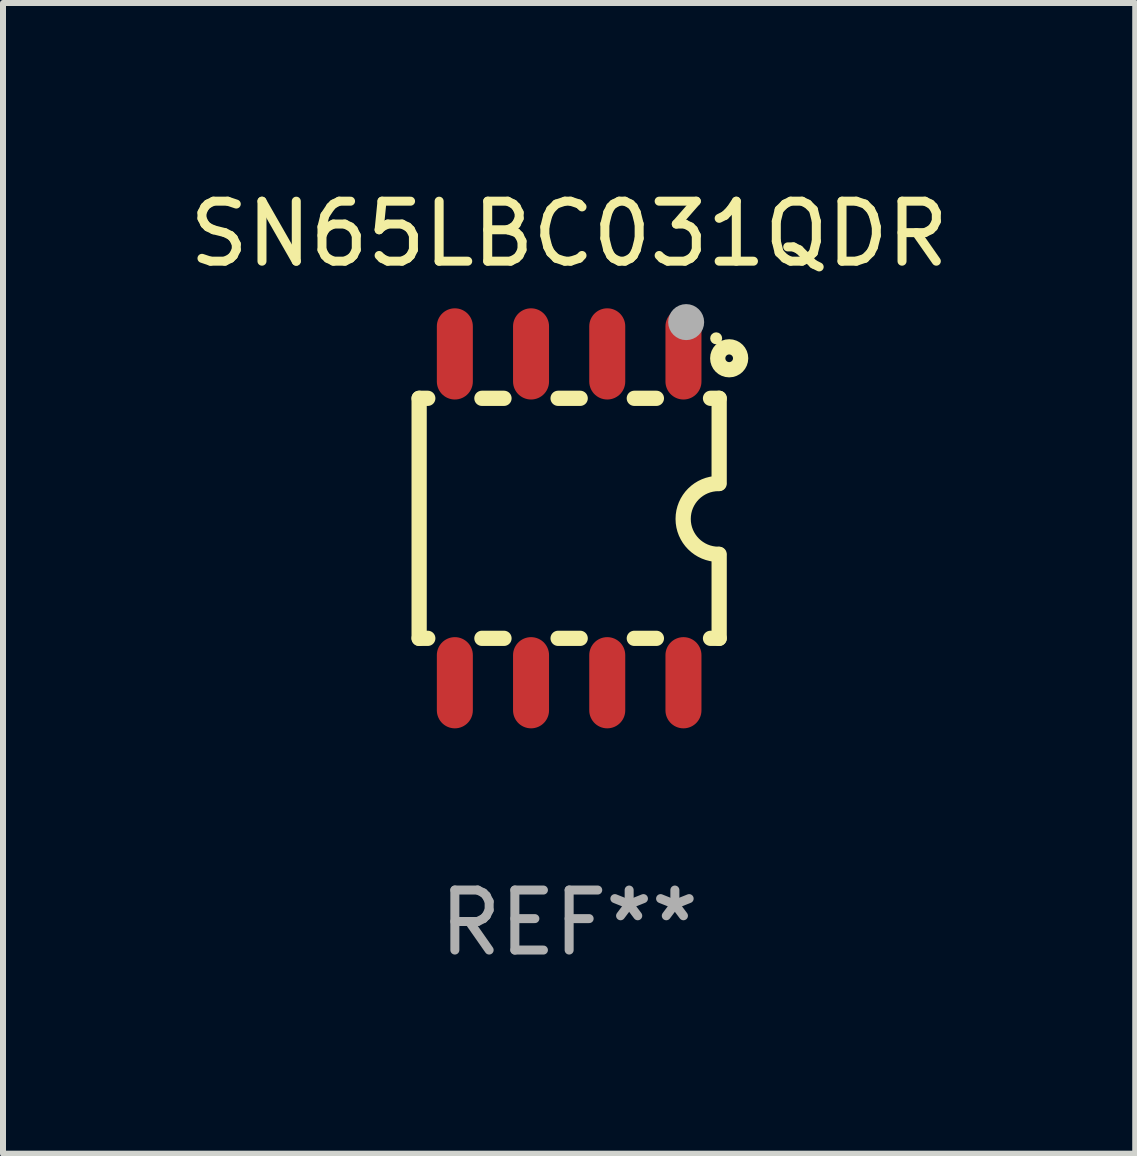
<source format=kicad_pcb>
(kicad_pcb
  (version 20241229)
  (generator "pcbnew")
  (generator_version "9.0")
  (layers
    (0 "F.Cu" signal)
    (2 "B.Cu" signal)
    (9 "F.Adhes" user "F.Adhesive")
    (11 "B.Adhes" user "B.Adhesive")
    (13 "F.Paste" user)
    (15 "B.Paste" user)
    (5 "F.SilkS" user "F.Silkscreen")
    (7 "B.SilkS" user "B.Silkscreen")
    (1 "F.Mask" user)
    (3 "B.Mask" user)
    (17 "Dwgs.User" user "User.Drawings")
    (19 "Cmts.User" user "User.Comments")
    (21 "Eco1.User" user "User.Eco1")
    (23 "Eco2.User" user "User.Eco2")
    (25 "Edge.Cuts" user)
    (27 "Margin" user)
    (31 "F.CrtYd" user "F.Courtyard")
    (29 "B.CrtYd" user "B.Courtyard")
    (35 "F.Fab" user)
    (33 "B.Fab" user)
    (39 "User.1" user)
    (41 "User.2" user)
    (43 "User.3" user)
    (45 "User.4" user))
  (footprint "SN65LBC031QDR"
    (layer "F.Cu")
    (at 6.435 5.588)
    (property "Reference" "SN65LBC031QDR" (at 0 -4.74 0) (layer "F.SilkS") (effects (font (size 1 1) (thickness 0.15))))
    (attr through_hole)
    (fp_line (start -2.5 2) (end -2.5 -2) (stroke (width 0.254) (type solid)) (layer "F.SilkS"))
    (fp_line (start -2.356 -2) (end -2.5 -2) (stroke (width 0.254) (type solid)) (layer "F.SilkS"))
    (fp_line (start -2.356 2) (end -2.5 2) (stroke (width 0.254) (type solid)) (layer "F.SilkS"))
    (fp_line (start -1.086 -2) (end -1.454 -2) (stroke (width 0.254) (type solid)) (layer "F.SilkS"))
    (fp_line (start -1.086 2) (end -1.454 2) (stroke (width 0.254) (type solid)) (layer "F.SilkS"))
    (fp_line (start 0.184 -2) (end -0.184 -2) (stroke (width 0.254) (type solid)) (layer "F.SilkS"))
    (fp_line (start 0.184 2) (end -0.184 2) (stroke (width 0.254) (type solid)) (layer "F.SilkS"))
    (fp_line (start 1.454 -2) (end 1.086 -2) (stroke (width 0.254) (type solid)) (layer "F.SilkS"))
    (fp_line (start 1.454 2) (end 1.086 2) (stroke (width 0.254) (type solid)) (layer "F.SilkS"))
    (fp_line (start 2.5 -2) (end 2.356 -2) (stroke (width 0.254) (type solid)) (layer "F.SilkS"))
    (fp_line (start 2.5 -0.58) (end 2.5 -2) (stroke (width 0.254) (type solid)) (layer "F.SilkS"))
    (fp_line (start 2.5 2) (end 2.356 2) (stroke (width 0.254) (type solid)) (layer "F.SilkS"))
    (fp_line (start 2.5 2) (end 2.5 0.6) (stroke (width 0.254) (type solid)) (layer "F.SilkS"))
    (fp_arc (start 2.489992 0.600051) (mid 1.901674 0.010046) (end 2.489992 -0.579959) (stroke (width 0.254001) (type solid)) (layer "F.SilkS"))
    (fp_circle (center 2.45 -3) (end 2.5 -3) (stroke (width 0.1) (type solid)) (fill no) (layer "F.SilkS"))
    (fp_circle (center 2.667 -2.667) (end 2.858 -2.667) (stroke (width 0.254) (type solid)) (fill no) (layer "F.SilkS"))
    (fp_circle (center 1.95 -3.27) (end 2.1 -3.27) (stroke (width 0.3) (type solid)) (fill no) (layer "F.Fab"))
    (fp_text user "REF**" (at 0 6.74 0) (layer "F.Fab") (effects (font (size 1 1) (thickness 0.15))))
    (pad "1" smd oval (at 1.905 -2.74) (size 0.6 1.52) (layers "F.Cu" "F.Mask" "F.Paste"))
    (pad "2" smd oval (at 0.635 -2.74) (size 0.6 1.52) (layers "F.Cu" "F.Mask" "F.Paste"))
    (pad "3" smd oval (at -0.635 -2.74) (size 0.6 1.52) (layers "F.Cu" "F.Mask" "F.Paste"))
    (pad "4" smd oval (at -1.905 -2.74) (size 0.6 1.52) (layers "F.Cu" "F.Mask" "F.Paste"))
    (pad "5" smd oval (at -1.905 2.74) (size 0.6 1.52) (layers "F.Cu" "F.Mask" "F.Paste"))
    (pad "6" smd oval (at -0.635 2.74) (size 0.6 1.52) (layers "F.Cu" "F.Mask" "F.Paste"))
    (pad "7" smd oval (at 0.635 2.74) (size 0.6 1.52) (layers "F.Cu" "F.Mask" "F.Paste"))
    (pad "8" smd oval (at 1.905 2.74) (size 0.6 1.52) (layers "F.Cu" "F.Mask" "F.Paste")))
  (gr_rect
    (start -3 -3)
    (end 15.869 16.176)
    (stroke (width 0.1) (type default))
    (fill no)
    (layer "Edge.Cuts")))
</source>
